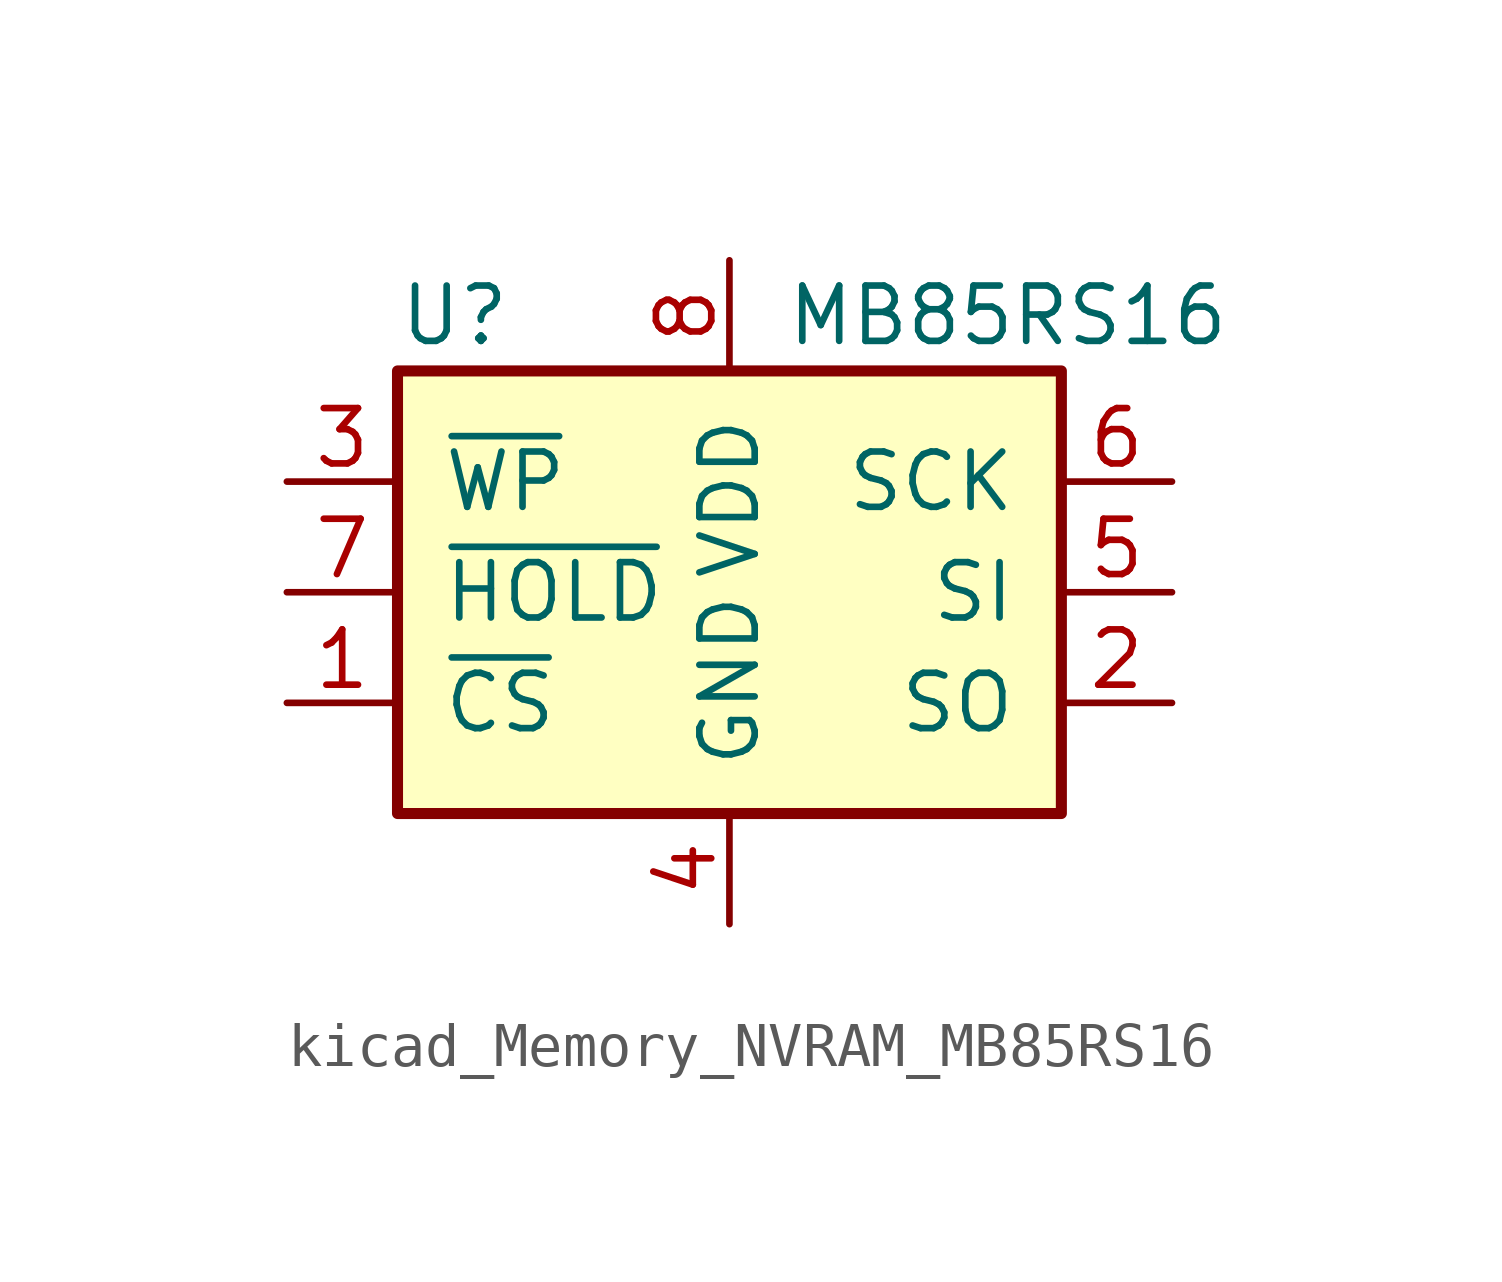
<source format=kicad_sym>
(kicad_symbol_lib
  (version 20220914)
  (generator kicad_symbol_editor)
  (symbol "kicad_Memory_NVRAM_MB85RS16"
    (pin_names
      (offset 1.016))
    (property "Reference" "U"
      (at -7.62 6.35 0)
      (effects (font (size 1.27 1.27)) (justify left)))
    (property "Value" "MB85RS16"
      (at 1.27 6.35 0)
      (effects (font (size 1.27 1.27)) (justify left)))
    (symbol "kicad_Memory_NVRAM_MB85RS16_0_1"
      (rectangle (start -7.62 5.08) (end 7.62 -5.08) (stroke (width 0.254) (type default)) (fill (type background))))
    (symbol "kicad_Memory_NVRAM_MB85RS16_1_1"
      (pin input line (at -10.16 -2.54 0) (length 2.54) (name "~{CS}" (effects (font (size 1.27 1.27)))) (number "1" (effects (font (size 1.27 1.27)))))
      (pin output line (at 10.16 -2.54 180) (length 2.54) (name "SO" (effects (font (size 1.27 1.27)))) (number "2" (effects (font (size 1.27 1.27)))))
      (pin input line (at -10.16 2.54 0) (length 2.54) (name "~{WP}" (effects (font (size 1.27 1.27)))) (number "3" (effects (font (size 1.27 1.27)))))
      (pin power_in line (at 0 -7.62 90) (length 2.54) (name "GND" (effects (font (size 1.27 1.27)))) (number "4" (effects (font (size 1.27 1.27)))))
      (pin input line (at 10.16 0 180) (length 2.54) (name "SI" (effects (font (size 1.27 1.27)))) (number "5" (effects (font (size 1.27 1.27)))))
      (pin input line (at 10.16 2.54 180) (length 2.54) (name "SCK" (effects (font (size 1.27 1.27)))) (number "6" (effects (font (size 1.27 1.27)))))
      (pin input line (at -10.16 0 0) (length 2.54) (name "~{HOLD}" (effects (font (size 1.27 1.27)))) (number "7" (effects (font (size 1.27 1.27)))))
      (pin power_in line (at 0 7.62 270) (length 2.54) (name "VDD" (effects (font (size 1.27 1.27)))) (number "8" (effects (font (size 1.27 1.27))))))))
</source>
